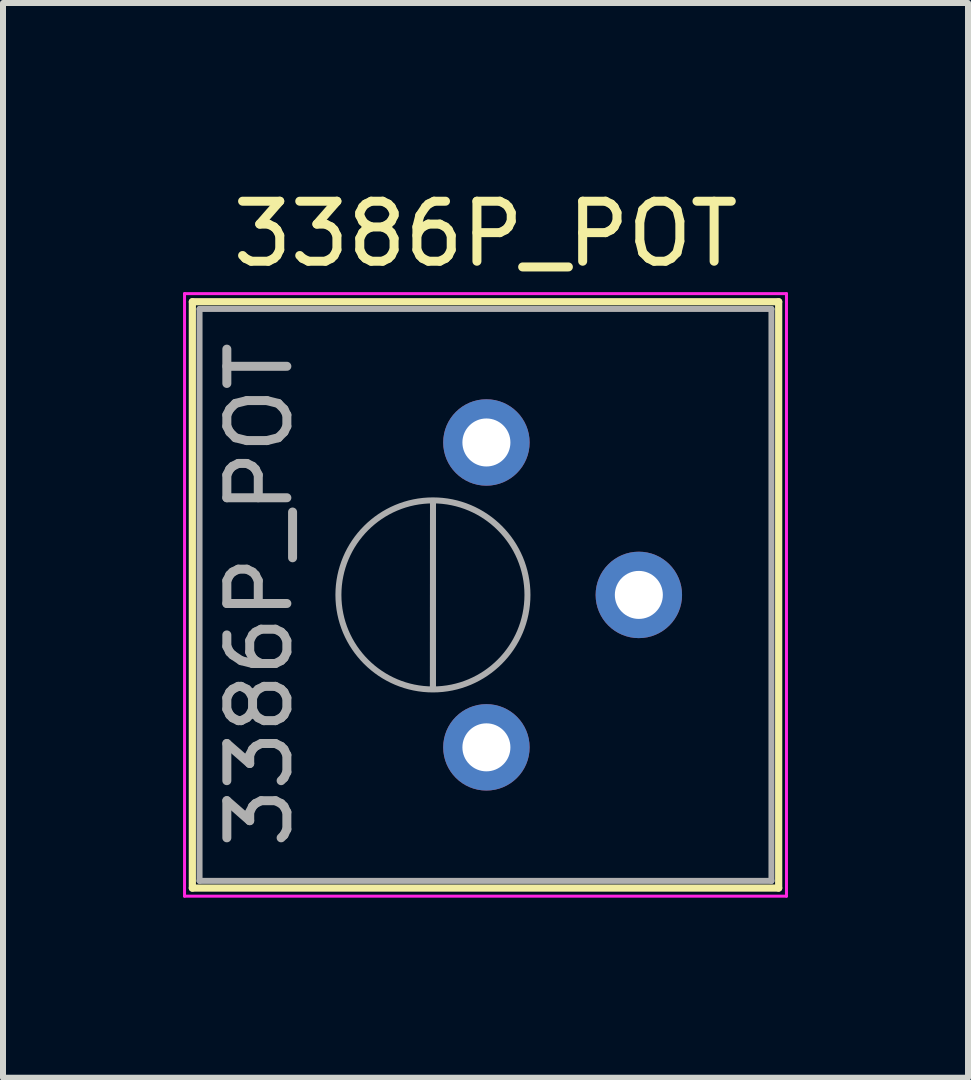
<source format=kicad_pcb>
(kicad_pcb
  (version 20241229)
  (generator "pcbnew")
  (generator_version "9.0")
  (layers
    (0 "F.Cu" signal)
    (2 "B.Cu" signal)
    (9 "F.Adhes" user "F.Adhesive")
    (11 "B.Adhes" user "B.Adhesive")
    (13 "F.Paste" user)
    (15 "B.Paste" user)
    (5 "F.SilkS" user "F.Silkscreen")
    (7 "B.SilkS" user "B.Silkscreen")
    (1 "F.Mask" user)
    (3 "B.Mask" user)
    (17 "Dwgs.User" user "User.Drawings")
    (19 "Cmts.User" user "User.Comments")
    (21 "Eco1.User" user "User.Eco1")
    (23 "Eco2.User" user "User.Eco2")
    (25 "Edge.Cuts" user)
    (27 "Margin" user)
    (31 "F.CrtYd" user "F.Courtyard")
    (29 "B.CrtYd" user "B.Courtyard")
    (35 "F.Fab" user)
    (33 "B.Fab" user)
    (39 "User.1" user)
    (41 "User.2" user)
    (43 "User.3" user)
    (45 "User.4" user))
  (footprint "3386P_POT"
    (layer "F.Cu")
    (at 5.055 9.403)
    (property "Reference" "3386P_POT" (at -0.015 -8.555 0) (layer "F.SilkS") (effects (font (size 1 1) (thickness 0.15))))
    (attr through_hole)
    (fp_line (start -4.9 -7.425) (end -4.9 2.345) (stroke (width 0.12) (type solid)) (layer "F.SilkS"))
    (fp_line (start -4.9 -7.425) (end 4.87 -7.425) (stroke (width 0.12) (type solid)) (layer "F.SilkS"))
    (fp_line (start -4.9 2.345) (end 4.87 2.345) (stroke (width 0.12) (type solid)) (layer "F.SilkS"))
    (fp_line (start 4.87 -7.425) (end 4.87 2.345) (stroke (width 0.12) (type solid)) (layer "F.SilkS"))
    (fp_line (start -5.03 -7.56) (end -5.03 2.48) (stroke (width 0.05) (type solid)) (layer "F.CrtYd"))
    (fp_line (start -5.03 2.48) (end 5 2.48) (stroke (width 0.05) (type solid)) (layer "F.CrtYd"))
    (fp_line (start 5 -7.56) (end -5.03 -7.56) (stroke (width 0.05) (type solid)) (layer "F.CrtYd"))
    (fp_line (start 5 2.48) (end 5 -7.56) (stroke (width 0.05) (type solid)) (layer "F.CrtYd"))
    (fp_line (start -4.78 -7.305) (end -4.78 2.225) (stroke (width 0.1) (type solid)) (layer "F.Fab"))
    (fp_line (start -4.78 2.225) (end 4.75 2.225) (stroke (width 0.1) (type solid)) (layer "F.Fab"))
    (fp_line (start -0.891 -0.98) (end -0.89 -4.099) (stroke (width 0.1) (type solid)) (layer "F.Fab"))
    (fp_line (start -0.891 -0.98) (end -0.89 -4.099) (stroke (width 0.1) (type solid)) (layer "F.Fab"))
    (fp_line (start 4.75 -7.305) (end -4.78 -7.305) (stroke (width 0.1) (type solid)) (layer "F.Fab"))
    (fp_line (start 4.75 2.225) (end 4.75 -7.305) (stroke (width 0.1) (type solid)) (layer "F.Fab"))
    (fp_circle (center -0.891 -2.54) (end 0.684 -2.54) (stroke (width 0.1) (type solid)) (fill no) (layer "F.Fab"))
    (fp_text user "${REFERENCE}" (at -3.78 -2.54 90) (layer "F.Fab") (effects (font (size 1 1) (thickness 0.15))))
    (pad "1" thru_hole circle (at 0 0) (size 1.44 1.44) (drill 0.8) (layers "*.Cu" "*.Mask"))
    (pad "2" thru_hole circle (at 2.54 -2.54) (size 1.44 1.44) (drill 0.8) (layers "*.Cu" "*.Mask"))
    (pad "3" thru_hole circle (at 0 -5.08) (size 1.44 1.44) (drill 0.8) (layers "*.Cu" "*.Mask")))
  (gr_rect
    (start -3 -3)
    (end 13.08 14.908)
    (stroke (width 0.1) (type default))
    (fill no)
    (layer "Edge.Cuts")))
</source>
